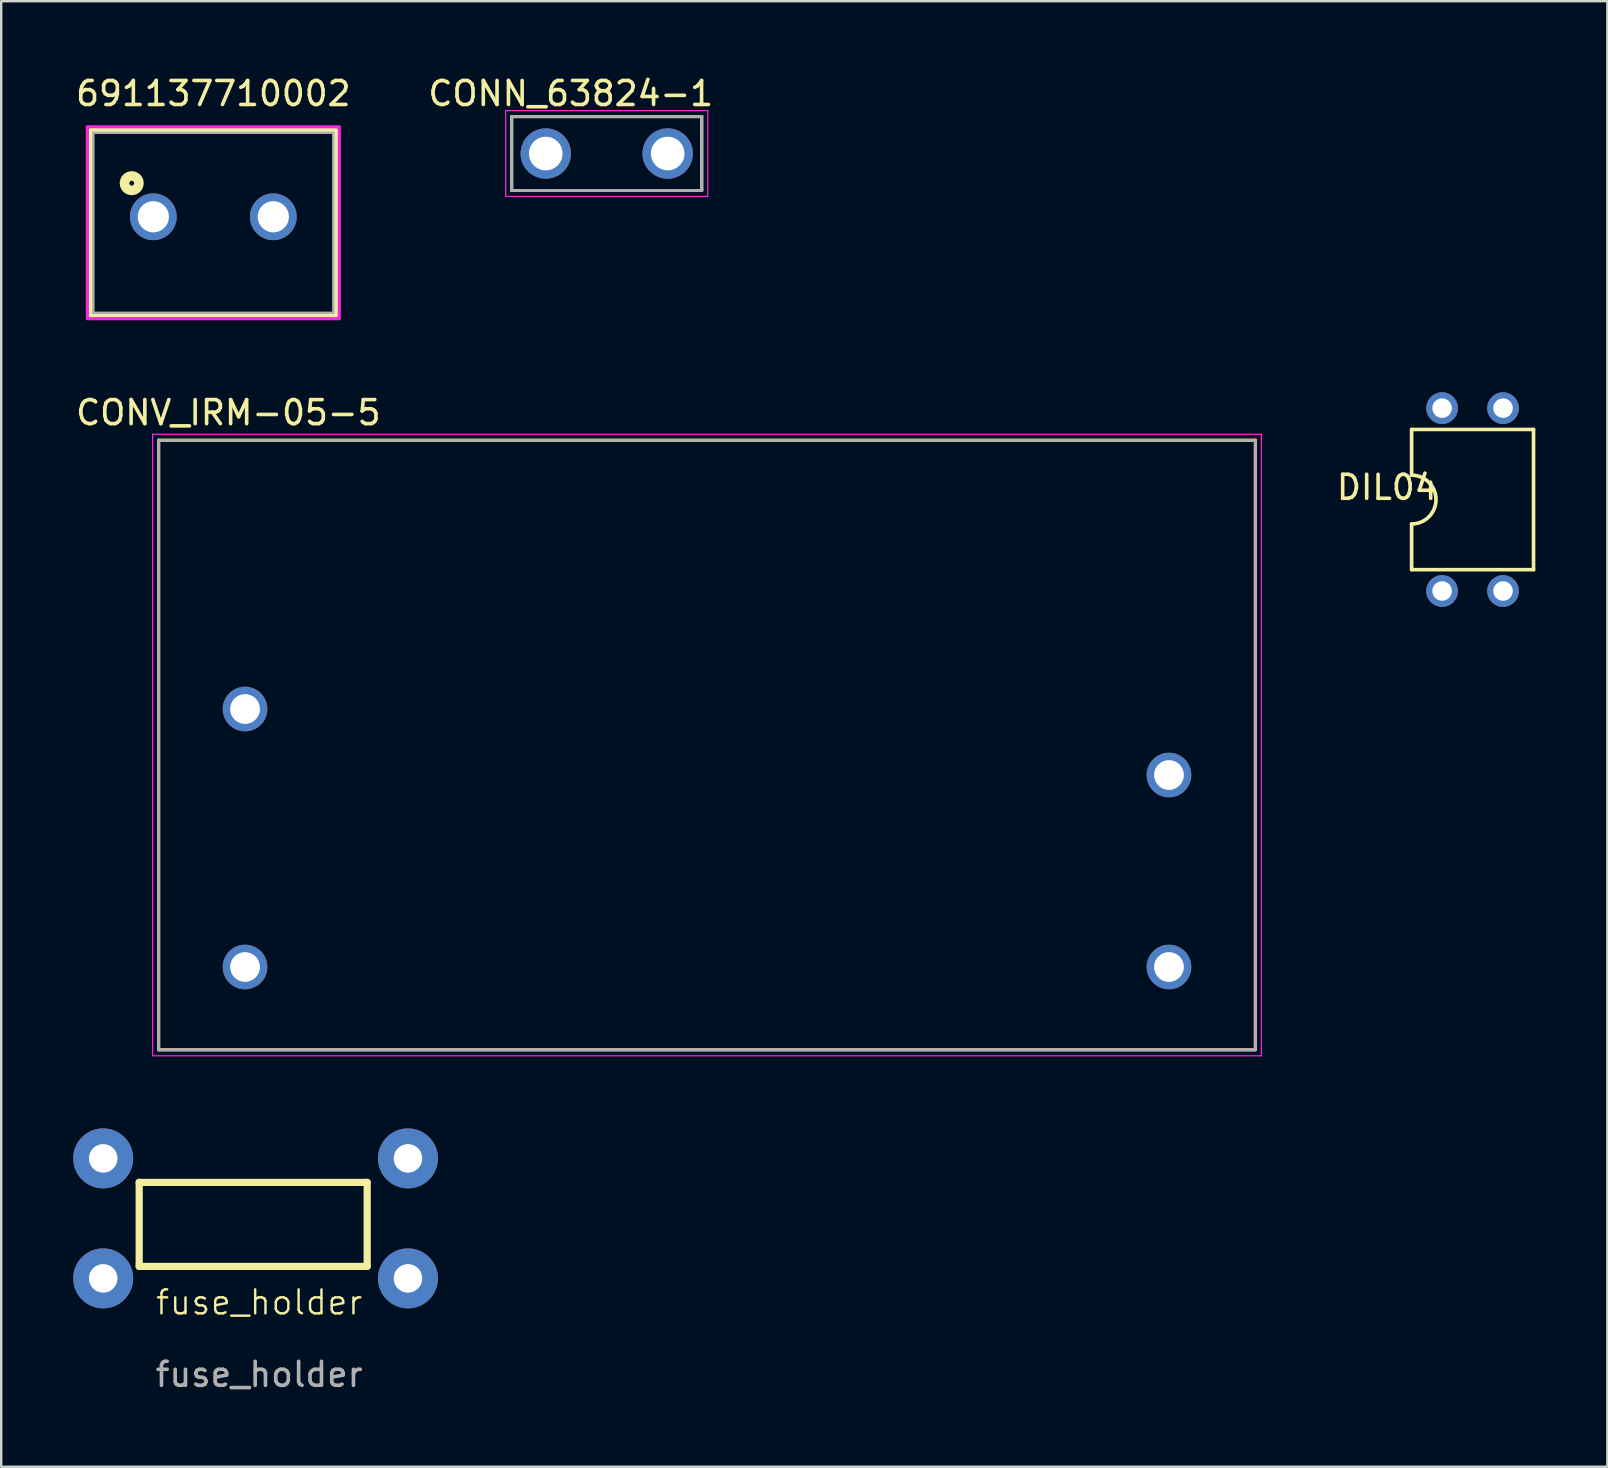
<source format=kicad_pcb>
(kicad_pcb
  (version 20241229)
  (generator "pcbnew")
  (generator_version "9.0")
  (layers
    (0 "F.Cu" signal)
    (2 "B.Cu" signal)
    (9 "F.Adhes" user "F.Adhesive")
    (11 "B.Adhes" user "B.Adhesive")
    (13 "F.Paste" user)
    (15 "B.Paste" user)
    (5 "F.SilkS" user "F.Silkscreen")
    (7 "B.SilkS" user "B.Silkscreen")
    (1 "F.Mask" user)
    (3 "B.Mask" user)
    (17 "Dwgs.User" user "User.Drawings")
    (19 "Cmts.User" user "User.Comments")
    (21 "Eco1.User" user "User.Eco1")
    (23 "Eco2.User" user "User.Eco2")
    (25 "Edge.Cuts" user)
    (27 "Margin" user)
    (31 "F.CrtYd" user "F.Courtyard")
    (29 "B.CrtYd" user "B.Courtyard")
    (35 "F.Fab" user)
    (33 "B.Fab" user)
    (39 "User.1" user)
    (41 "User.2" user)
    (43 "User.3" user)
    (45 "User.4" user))
  (footprint "CONV_IRM-05-5"
    (layer "F.Cu")
    (at 26.411 27.995)
    (property "Reference" "CONV_IRM-05-5" (at -19.946 -13.849 0) (layer "F.SilkS") (effects (font (size 1.001 1.001) (thickness 0.15))))
    (attr through_hole)
    (fp_line (start -22.85 -12.7) (end 22.85 -12.7) (stroke (width 0.127) (type solid)) (layer "F.SilkS"))
    (fp_line (start -22.85 12.7) (end -22.85 -12.7) (stroke (width 0.127) (type solid)) (layer "F.SilkS"))
    (fp_line (start 22.85 -12.7) (end 22.85 12.7) (stroke (width 0.127) (type solid)) (layer "F.SilkS"))
    (fp_line (start 22.85 12.7) (end -22.85 12.7) (stroke (width 0.127) (type solid)) (layer "F.SilkS"))
    (fp_line (start -23.1 -12.95) (end 23.1 -12.95) (stroke (width 0.05) (type solid)) (layer "F.CrtYd"))
    (fp_line (start -23.1 12.95) (end -23.1 -12.95) (stroke (width 0.05) (type solid)) (layer "F.CrtYd"))
    (fp_line (start 23.1 -12.95) (end 23.1 12.95) (stroke (width 0.05) (type solid)) (layer "F.CrtYd"))
    (fp_line (start 23.1 12.95) (end -23.1 12.95) (stroke (width 0.05) (type solid)) (layer "F.CrtYd"))
    (fp_line (start -22.85 -12.7) (end 22.85 -12.7) (stroke (width 0.127) (type solid)) (layer "F.Fab"))
    (fp_line (start -22.85 12.7) (end -22.85 -12.7) (stroke (width 0.127) (type solid)) (layer "F.Fab"))
    (fp_line (start 22.85 -12.7) (end 22.85 12.7) (stroke (width 0.127) (type solid)) (layer "F.Fab"))
    (fp_line (start 22.85 12.7) (end -22.85 12.7) (stroke (width 0.127) (type solid)) (layer "F.Fab"))
    (pad "AC/L" thru_hole circle (at -19.25 9.25) (size 1.86 1.86) (drill 1.24) (layers "*.Cu" "*.Mask"))
    (pad "AC/N" thru_hole circle (at -19.25 -1.5) (size 1.86 1.86) (drill 1.24) (layers "*.Cu" "*.Mask"))
    (pad "VNEG" thru_hole circle (at 19.25 9.25) (size 1.86 1.86) (drill 1.24) (layers "*.Cu" "*.Mask"))
    (pad "VPOS" thru_hole circle (at 19.25 1.25) (size 1.86 1.86) (drill 1.24) (layers "*.Cu" "*.Mask")))
  (footprint "fuse_holder"
    (layer "F.Cu")
    (at 1.25 45.22)
    (property "Reference" "fuse_holder" (at 6.5 6 0) (unlocked yes) (layer "F.SilkS") (effects (font (size 1 1) (thickness 0.1))))
    (attr through_hole)
    (fp_line (start 1.5 1) (end 1.5 4.5) (stroke (width 0.3) (type default)) (layer "F.SilkS"))
    (fp_line (start 1.5 1) (end 11 1) (stroke (width 0.3) (type default)) (layer "F.SilkS"))
    (fp_line (start 1.5 4.5) (end 11 4.5) (stroke (width 0.3) (type default)) (layer "F.SilkS"))
    (fp_line (start 11 1) (end 11 4.5) (stroke (width 0.3) (type default)) (layer "F.SilkS"))
    (fp_text user "${REFERENCE}" (at 6.5 9 0) (unlocked yes) (layer "F.Fab") (effects (font (size 1 1) (thickness 0.15))))
    (pad "1" thru_hole circle (at 0 0) (size 2.5 2.5) (drill 1.19) (layers "*.Cu" "*.Mask"))
    (pad "2" thru_hole circle (at 0 5) (size 2.5 2.5) (drill 1.19) (layers "*.Cu" "*.Mask"))
    (pad "3" thru_hole circle (at 12.7 0) (size 2.5 2.5) (drill 1.19) (layers "*.Cu" "*.Mask"))
    (pad "4" thru_hole circle (at 12.7 5) (size 2.5 2.5) (drill 1.19) (layers "*.Cu" "*.Mask")))
  (footprint "DIL04"
    (layer "F.Cu")
    (at 58.312 17.767)
    (property "Reference" "DIL04" (at -3.556 -0.508 180) (layer "F.SilkS") (effects (font (size 1 1) (thickness 0.15))))
    (attr through_hole)
    (fp_line (start -2.54 -2.921) (end -2.54 -1.016) (stroke (width 0.152) (type solid)) (layer "F.SilkS"))
    (fp_line (start -2.54 2.921) (end -2.54 1.016) (stroke (width 0.152) (type solid)) (layer "F.SilkS"))
    (fp_line (start -2.54 2.921) (end 2.54 2.921) (stroke (width 0.152) (type solid)) (layer "F.SilkS"))
    (fp_line (start 2.54 -2.921) (end -2.54 -2.921) (stroke (width 0.152) (type solid)) (layer "F.SilkS"))
    (fp_line (start 2.54 -2.921) (end 2.54 2.921) (stroke (width 0.152) (type solid)) (layer "F.SilkS"))
    (fp_arc (start -2.54 -1.016) (mid -1.524 0) (end -2.54 1.016) (stroke (width 0.1524) (type solid)) (layer "F.SilkS"))
    (pad "1" thru_hole circle (at -1.27 3.81) (size 1.321 1.321) (drill 0.813) (layers "*.Cu" "*.Mask"))
    (pad "2" thru_hole circle (at 1.27 3.81) (size 1.321 1.321) (drill 0.813) (layers "*.Cu" "*.Mask"))
    (pad "3" thru_hole circle (at 1.27 -3.81) (size 1.321 1.321) (drill 0.813) (layers "*.Cu" "*.Mask"))
    (pad "4" thru_hole circle (at -1.27 -3.81) (size 1.321 1.321) (drill 0.813) (layers "*.Cu" "*.Mask")))
  (footprint "CONN_63824-1"
    (layer "F.Cu")
    (at 22.232 3.348)
    (property "Reference" "CONN_63824-1" (at -1.5 -2.5 0) (layer "F.SilkS") (effects (font (size 1 1) (thickness 0.15))))
    (attr through_hole)
    (fp_line (start -3.96 -1.54) (end 3.96 -1.54) (stroke (width 0.127) (type solid)) (layer "F.SilkS"))
    (fp_line (start -3.96 1.54) (end -3.96 -1.54) (stroke (width 0.127) (type solid)) (layer "F.SilkS"))
    (fp_line (start 3.96 -1.54) (end 3.96 1.54) (stroke (width 0.127) (type solid)) (layer "F.SilkS"))
    (fp_line (start 3.96 1.54) (end -3.96 1.54) (stroke (width 0.127) (type solid)) (layer "F.SilkS"))
    (fp_line (start -4.21 -1.79) (end -4.21 1.79) (stroke (width 0.05) (type solid)) (layer "F.CrtYd"))
    (fp_line (start -4.21 1.79) (end 4.21 1.79) (stroke (width 0.05) (type solid)) (layer "F.CrtYd"))
    (fp_line (start 4.21 -1.79) (end -4.21 -1.79) (stroke (width 0.05) (type solid)) (layer "F.CrtYd"))
    (fp_line (start 4.21 1.79) (end 4.21 -1.79) (stroke (width 0.05) (type solid)) (layer "F.CrtYd"))
    (fp_line (start -3.96 -1.54) (end -3.96 1.54) (stroke (width 0.127) (type solid)) (layer "F.Fab"))
    (fp_line (start -3.96 1.54) (end 3.96 1.54) (stroke (width 0.127) (type solid)) (layer "F.Fab"))
    (fp_line (start 3.96 -1.54) (end -3.96 -1.54) (stroke (width 0.127) (type solid)) (layer "F.Fab"))
    (fp_line (start 3.96 1.54) (end 3.96 -1.54) (stroke (width 0.127) (type solid)) (layer "F.Fab"))
    (pad "1" thru_hole circle (at -2.54 0) (size 2.1 2.1) (drill 1.4) (layers "*.Cu" "*.Mask"))
    (pad "2" thru_hole circle (at 2.54 0) (size 2.1 2.1) (drill 1.4) (layers "*.Cu" "*.Mask")))
  (footprint "691137710002"
    (layer "F.Cu")
    (at 5.839 5.983)
    (property "Reference" "691137710002" (at 0 -5.135 0) (layer "F.SilkS") (effects (font (size 1 1) (thickness 0.15))))
    (attr through_hole)
    (fp_line (start -5.1 -3.6) (end 5.1 -3.6) (stroke (width 0.2) (type solid)) (layer "F.SilkS"))
    (fp_line (start -5.1 4.1) (end -5.1 -3.6) (stroke (width 0.2) (type solid)) (layer "F.SilkS"))
    (fp_line (start 5.1 -3.6) (end 5.1 4.1) (stroke (width 0.2) (type solid)) (layer "F.SilkS"))
    (fp_line (start 5.1 4.1) (end -5.1 4.1) (stroke (width 0.2) (type solid)) (layer "F.SilkS"))
    (fp_circle (center -3.4 -1.4) (end -3.3 -1.4) (stroke (width 0.4) (type solid)) (fill no) (layer "F.SilkS"))
    (fp_poly (pts (xy -5.25 -3.75) (xy 5.25 -3.75) (xy 5.25 4.25) (xy -5.25 4.25)) (stroke (width 0.127) (type solid)) (fill no) (layer "F.CrtYd"))
    (fp_line (start -5 -3.5) (end 5 -3.5) (stroke (width 0.1) (type solid)) (layer "F.Fab"))
    (fp_line (start -5 4) (end -5 -3.5) (stroke (width 0.1) (type solid)) (layer "F.Fab"))
    (fp_line (start 5 -3.5) (end 5 4) (stroke (width 0.1) (type solid)) (layer "F.Fab"))
    (fp_line (start 5 4) (end -5 4) (stroke (width 0.1) (type solid)) (layer "F.Fab"))
    (pad "1" thru_hole circle (at -2.5 0) (size 1.95 1.95) (drill 1.3) (layers "*.Cu" "*.Mask"))
    (pad "2" thru_hole circle (at 2.5 0) (size 1.95 1.95) (drill 1.3) (layers "*.Cu" "*.Mask")))
  (gr_rect
    (start -3 -3)
    (end 63.928 58.068)
    (stroke (width 0.1) (type default))
    (fill no)
    (layer "Edge.Cuts")))
</source>
